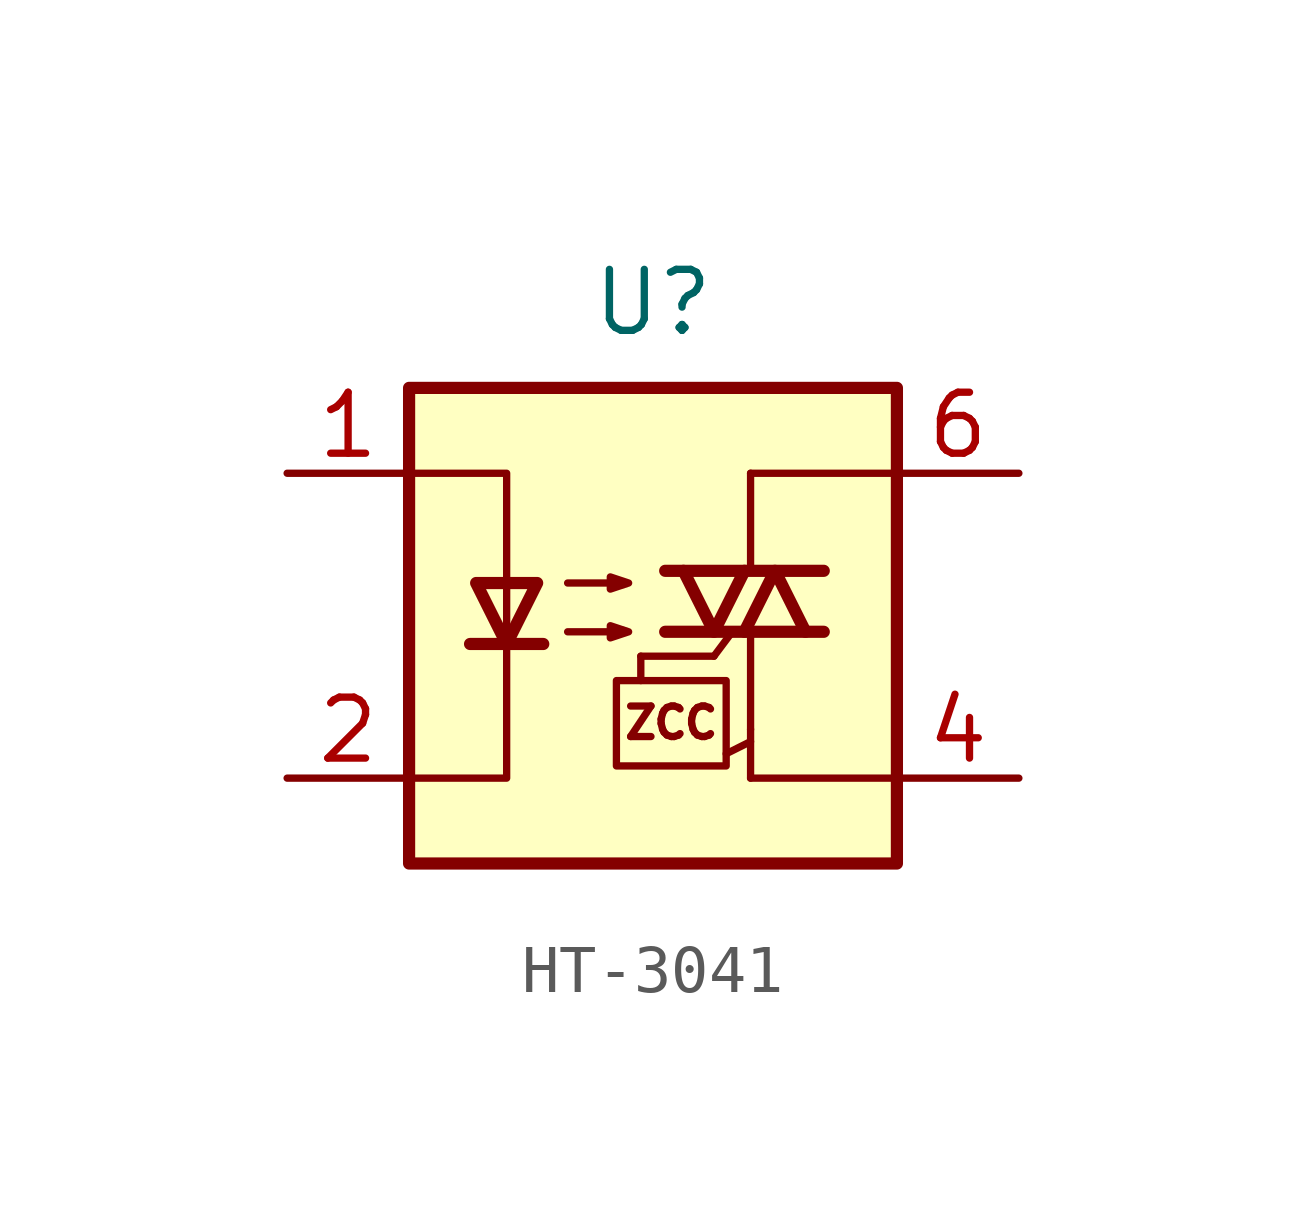
<source format=kicad_sym>
(kicad_symbol_lib
  (version 20231120)
  (generator "kicad_symbol_editor")
  (generator_version "8.0")
  (symbol "HT-3041"
    (property "Reference" "U"
      (at 0 6.096 0)
      (effects (font (size 1.27 1.27))))
    (property "Value" ""
      (at 0 3.81 0)
      (effects (font (size 1.27 1.27))))
    (symbol "HT-3041_0_1"
      (rectangle (start -5.08 4.318) (end 5.08 -5.588) (stroke (width 0.254) (type default)) (fill (type background)))
      (polyline (pts (xy -3.81 -1.016) (xy -2.286 -1.016)) (stroke (width 0.254) (type default)) (fill (type none)))
      (polyline (pts (xy 0.254 -0.762) (xy 3.556 -0.762)) (stroke (width 0.254) (type default)) (fill (type none)))
      (polyline (pts (xy 0.254 0.508) (xy 3.556 0.508)) (stroke (width 0.254) (type default)) (fill (type none)))
      (polyline (pts (xy 2.032 -3.81) (xy 5.08 -3.81)) (stroke (width 0) (type default)) (fill (type none)))
      (polyline (pts (xy 2.032 0.508) (xy 2.032 2.54)) (stroke (width 0) (type default)) (fill (type none)))
      (polyline (pts (xy 2.032 2.54) (xy 5.08 2.54)) (stroke (width 0) (type default)) (fill (type none)))
      (polyline (pts (xy 1.905 -0.762) (xy 2.54 0.508) (xy 3.175 -0.762)) (stroke (width 0.254) (type default)) (fill (type none)))
      (polyline (pts (xy -3.048 -1.016) (xy -3.683 0.254) (xy -2.413 0.254) (xy -3.048 -1.016)) (stroke (width 0.254) (type default)) (fill (type none)))
      (polyline (pts (xy -1.778 -0.762) (xy -0.508 -0.762) (xy -0.889 -0.889) (xy -0.889 -0.635) (xy -0.508 -0.762)) (stroke (width 0) (type default)) (fill (type none)))
      (polyline (pts (xy -1.778 0.254) (xy -0.508 0.254) (xy -0.889 0.127) (xy -0.889 0.381) (xy -0.508 0.254)) (stroke (width 0) (type default)) (fill (type none))))
    (symbol "HT-3041_1_1"
      (polyline (pts (xy -0.254 -1.778) (xy -0.254 -1.27)) (stroke (width 0) (type default)) (fill (type none)))
      (polyline (pts (xy -0.254 -1.27) (xy 1.27 -1.27)) (stroke (width 0) (type default)) (fill (type none)))
      (polyline (pts (xy 1.27 -1.27) (xy 1.651 -0.762)) (stroke (width 0) (type default)) (fill (type none)))
      (polyline (pts (xy 1.524 -3.302) (xy 2.032 -3.048)) (stroke (width 0) (type default)) (fill (type none)))
      (polyline (pts (xy 2.032 -2.794) (xy 2.032 -3.81)) (stroke (width 0) (type default)) (fill (type none)))
      (polyline (pts (xy 2.032 -2.794) (xy 2.032 -0.762)) (stroke (width 0) (type default)) (fill (type none)))
      (polyline (pts (xy 0.635 0.508) (xy 1.27 -0.762) (xy 1.905 0.508)) (stroke (width 0.254) (type default)) (fill (type none)))
      (polyline (pts (xy -5.08 -3.81) (xy -3.048 -3.81) (xy -3.048 2.54) (xy -5.08 2.54)) (stroke (width 0) (type default)) (fill (type none)))
      (text_box "ZCC" (at -0.762 -1.778 0) (size 2.286 -1.778) (stroke (width 0) (type default)) (fill (type none)) (effects (font (size 0.635 0.635)) (justify top)))
      (pin passive line (at -7.62 2.54 0) (length 2.54) (name "~" (effects (font (size 1.27 1.27)))) (number "1" (effects (font (size 1.27 1.27)))))
      (pin passive line (at -7.62 -3.81 0) (length 2.54) (name "~" (effects (font (size 1.27 1.27)))) (number "2" (effects (font (size 1.27 1.27)))))
      (pin no_connect line (at -5.08 -1.27 0) (length 2.54) hide (name "~" (effects (font (size 1.27 1.27)))) (number "3" (effects (font (size 1.27 1.27)))))
      (pin passive line (at 7.62 -3.81 180) (length 2.54) (name "~" (effects (font (size 1.27 1.27)))) (number "4" (effects (font (size 1.27 1.27)))))
      (pin no_connect line (at 7.62 -1.27 180) (length 2.54) hide (name "~" (effects (font (size 1.27 1.27)))) (number "5" (effects (font (size 1.27 1.27)))))
      (pin passive line (at 7.62 2.54 180) (length 2.54) (name "~" (effects (font (size 1.27 1.27)))) (number "6" (effects (font (size 1.27 1.27))))))))
</source>
